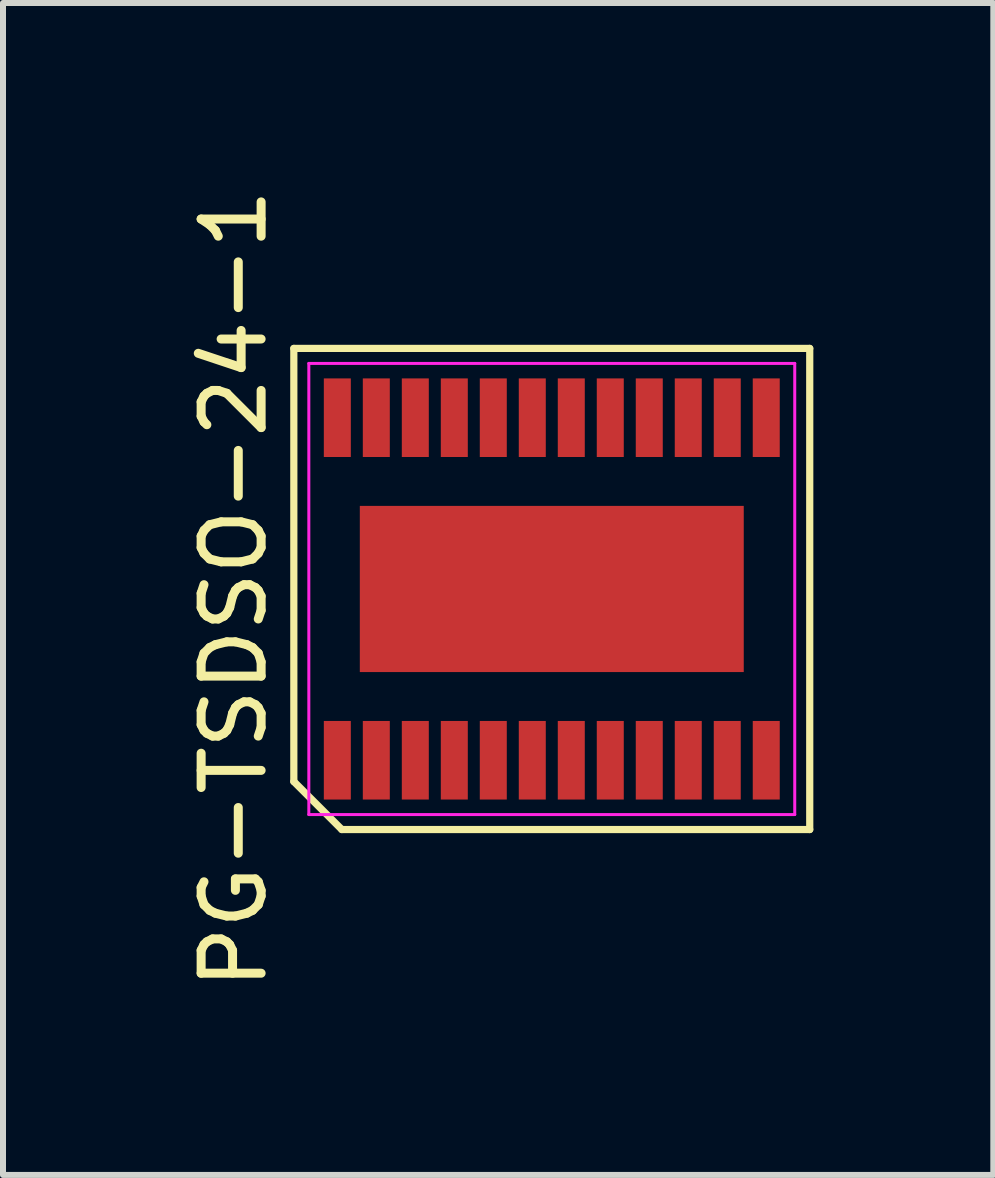
<source format=kicad_pcb>
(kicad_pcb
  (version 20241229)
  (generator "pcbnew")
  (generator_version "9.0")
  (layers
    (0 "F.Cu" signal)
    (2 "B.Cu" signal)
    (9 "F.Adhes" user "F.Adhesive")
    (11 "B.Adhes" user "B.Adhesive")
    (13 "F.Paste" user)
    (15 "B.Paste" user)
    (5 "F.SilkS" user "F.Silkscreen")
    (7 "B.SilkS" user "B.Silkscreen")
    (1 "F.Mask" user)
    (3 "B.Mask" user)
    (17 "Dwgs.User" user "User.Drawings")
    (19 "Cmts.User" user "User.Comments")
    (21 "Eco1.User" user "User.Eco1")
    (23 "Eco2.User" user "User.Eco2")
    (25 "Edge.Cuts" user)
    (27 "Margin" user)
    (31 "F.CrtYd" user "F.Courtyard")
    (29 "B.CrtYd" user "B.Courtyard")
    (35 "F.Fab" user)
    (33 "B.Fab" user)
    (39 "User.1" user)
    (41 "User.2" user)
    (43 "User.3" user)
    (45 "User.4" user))
  (footprint "PG-TSDSO-24-1"
    (layer "F.Cu")
    (at 6.148 6.768)
    (property "Reference" "PG-TSDSO-24-1" (at -5.3 0 90) (layer "F.SilkS") (effects (font (size 1 1) (thickness 0.15))))
    (attr smd)
    (fp_line (start -4.3 -4.01) (end 4.3 -4.01) (stroke (width 0.12) (type solid)) (layer "F.SilkS"))
    (fp_line (start -4.3 3.21) (end -4.3 -4.01) (stroke (width 0.12) (type solid)) (layer "F.SilkS"))
    (fp_line (start -3.5 4.01) (end -4.3 3.21) (stroke (width 0.12) (type solid)) (layer "F.SilkS"))
    (fp_line (start 4.3 -4.01) (end 4.3 4.01) (stroke (width 0.12) (type solid)) (layer "F.SilkS"))
    (fp_line (start 4.3 4.01) (end -3.5 4.01) (stroke (width 0.12) (type solid)) (layer "F.SilkS"))
    (fp_line (start -4.05 -3.76) (end 4.05 -3.76) (stroke (width 0.05) (type solid)) (layer "F.CrtYd"))
    (fp_line (start -4.05 3.76) (end -4.05 -3.76) (stroke (width 0.05) (type solid)) (layer "F.CrtYd"))
    (fp_line (start 4.05 -3.76) (end 4.05 3.76) (stroke (width 0.05) (type solid)) (layer "F.CrtYd"))
    (fp_line (start 4.05 3.76) (end -4.05 3.76) (stroke (width 0.05) (type solid)) (layer "F.CrtYd"))
    (pad "1" smd rect (at -3.575 2.855) (size 0.45 1.31) (layers "F.Cu" "F.Mask" "F.Paste"))
    (pad "2" smd rect (at -2.925 2.855) (size 0.45 1.31) (layers "F.Cu" "F.Mask" "F.Paste"))
    (pad "3" smd rect (at -2.275 2.855) (size 0.45 1.31) (layers "F.Cu" "F.Mask" "F.Paste"))
    (pad "4" smd rect (at -1.625 2.855) (size 0.45 1.31) (layers "F.Cu" "F.Mask" "F.Paste"))
    (pad "5" smd rect (at -0.975 2.855) (size 0.45 1.31) (layers "F.Cu" "F.Mask" "F.Paste"))
    (pad "6" smd rect (at -0.325 2.855) (size 0.45 1.31) (layers "F.Cu" "F.Mask" "F.Paste"))
    (pad "7" smd rect (at 0.325 2.855) (size 0.45 1.31) (layers "F.Cu" "F.Mask" "F.Paste"))
    (pad "8" smd rect (at 0.975 2.855) (size 0.45 1.31) (layers "F.Cu" "F.Mask" "F.Paste"))
    (pad "9" smd rect (at 1.625 2.855) (size 0.45 1.31) (layers "F.Cu" "F.Mask" "F.Paste"))
    (pad "10" smd rect (at 2.275 2.855) (size 0.45 1.31) (layers "F.Cu" "F.Mask" "F.Paste"))
    (pad "11" smd rect (at 2.925 2.855) (size 0.45 1.31) (layers "F.Cu" "F.Mask" "F.Paste"))
    (pad "12" smd rect (at 3.575 2.855) (size 0.45 1.31) (layers "F.Cu" "F.Mask" "F.Paste"))
    (pad "13" smd rect (at 3.575 -2.855) (size 0.45 1.31) (layers "F.Cu" "F.Mask" "F.Paste"))
    (pad "14" smd rect (at 2.925 -2.855) (size 0.45 1.31) (layers "F.Cu" "F.Mask" "F.Paste"))
    (pad "15" smd rect (at 2.275 -2.855) (size 0.45 1.31) (layers "F.Cu" "F.Mask" "F.Paste"))
    (pad "16" smd rect (at 1.625 -2.855) (size 0.45 1.31) (layers "F.Cu" "F.Mask" "F.Paste"))
    (pad "17" smd rect (at 0.975 -2.855) (size 0.45 1.31) (layers "F.Cu" "F.Mask" "F.Paste"))
    (pad "18" smd rect (at 0.325 -2.855) (size 0.45 1.31) (layers "F.Cu" "F.Mask" "F.Paste"))
    (pad "19" smd rect (at -0.325 -2.855) (size 0.45 1.31) (layers "F.Cu" "F.Mask" "F.Paste"))
    (pad "20" smd rect (at -0.975 -2.855) (size 0.45 1.31) (layers "F.Cu" "F.Mask" "F.Paste"))
    (pad "21" smd rect (at -1.625 -2.855) (size 0.45 1.31) (layers "F.Cu" "F.Mask" "F.Paste"))
    (pad "22" smd rect (at -2.275 -2.855) (size 0.45 1.31) (layers "F.Cu" "F.Mask" "F.Paste"))
    (pad "23" smd rect (at -2.925 -2.855) (size 0.45 1.31) (layers "F.Cu" "F.Mask" "F.Paste"))
    (pad "24" smd rect (at -3.575 -2.855) (size 0.45 1.31) (layers "F.Cu" "F.Mask" "F.Paste"))
    (pad "25" smd rect (at 0 0) (size 6.4 2.77) (layers "F.Cu" "F.Mask" "F.Paste")))
  (gr_rect
    (start -3 -3)
    (end 13.508 16.536)
    (stroke (width 0.1) (type default))
    (fill no)
    (layer "Edge.Cuts")))
</source>
